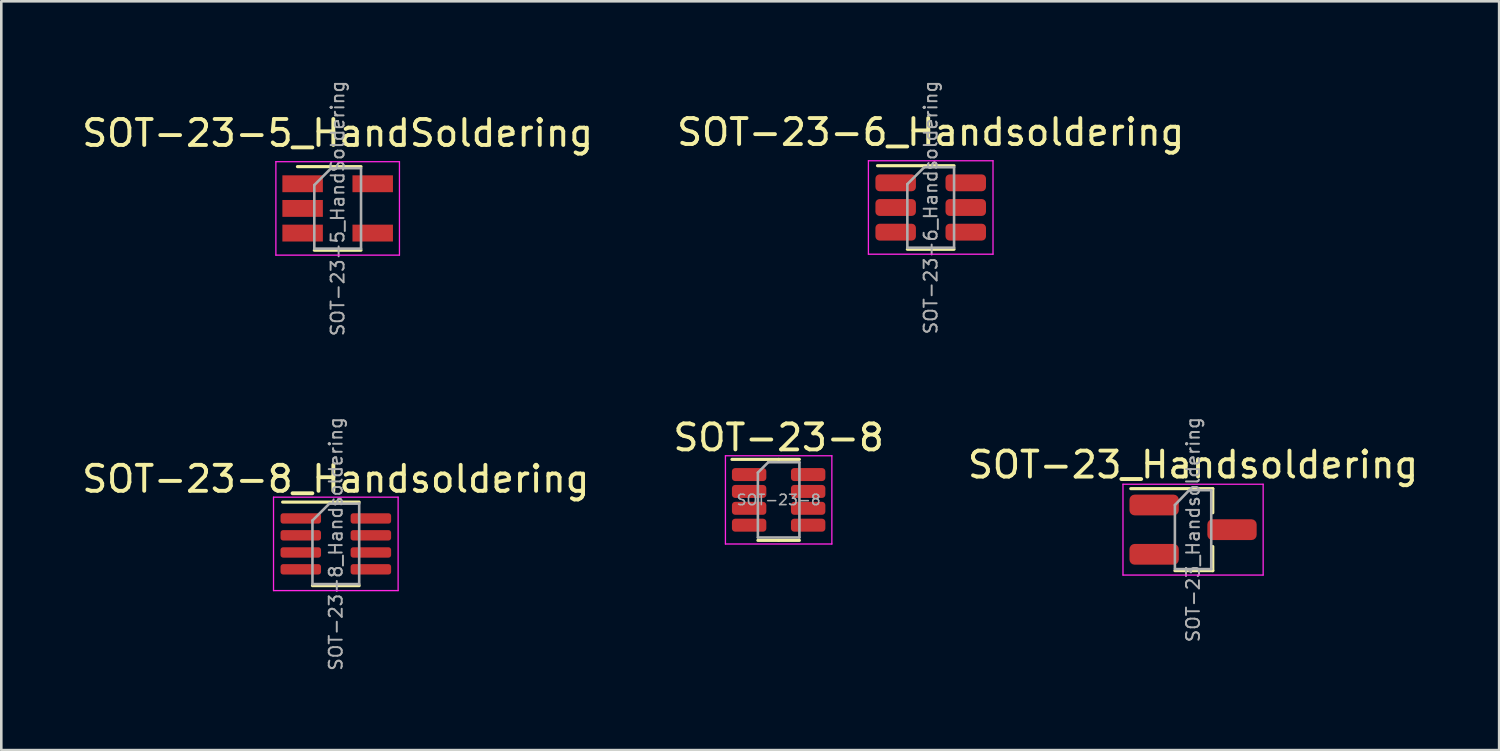
<source format=kicad_pcb>
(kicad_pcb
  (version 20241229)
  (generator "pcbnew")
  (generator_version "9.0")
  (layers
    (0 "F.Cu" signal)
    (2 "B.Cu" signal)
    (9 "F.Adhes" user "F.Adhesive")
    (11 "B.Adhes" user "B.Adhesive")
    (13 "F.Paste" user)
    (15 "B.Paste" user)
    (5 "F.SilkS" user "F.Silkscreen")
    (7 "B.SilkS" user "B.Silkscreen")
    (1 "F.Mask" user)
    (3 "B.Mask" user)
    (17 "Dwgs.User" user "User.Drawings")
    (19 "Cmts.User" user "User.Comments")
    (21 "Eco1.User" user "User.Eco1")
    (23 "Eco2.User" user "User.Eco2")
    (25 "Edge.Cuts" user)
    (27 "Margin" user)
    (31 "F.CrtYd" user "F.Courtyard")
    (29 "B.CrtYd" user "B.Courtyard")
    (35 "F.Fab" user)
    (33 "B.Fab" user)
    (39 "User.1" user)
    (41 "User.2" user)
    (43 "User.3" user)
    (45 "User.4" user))
  (footprint "SOT-23_Handsoldering"
    (layer "F.Cu")
    (at 42.911 17.354)
    (property "Reference" "SOT-23_Handsoldering" (at 0 -2.5 0) (layer "F.SilkS") (effects (font (size 1 1) (thickness 0.15))))
    (attr smd)
    (fp_line (start 0.76 -1.58) (end -2.4 -1.58) (stroke (width 0.12) (type solid)) (layer "F.SilkS"))
    (fp_line (start 0.76 -1.58) (end 0.76 -0.65) (stroke (width 0.12) (type solid)) (layer "F.SilkS"))
    (fp_line (start 0.76 1.58) (end -0.7 1.58) (stroke (width 0.12) (type solid)) (layer "F.SilkS"))
    (fp_line (start 0.76 1.58) (end 0.76 0.65) (stroke (width 0.12) (type solid)) (layer "F.SilkS"))
    (fp_line (start -2.7 -1.75) (end 2.7 -1.75) (stroke (width 0.05) (type solid)) (layer "F.CrtYd"))
    (fp_line (start -2.7 1.75) (end -2.7 -1.75) (stroke (width 0.05) (type solid)) (layer "F.CrtYd"))
    (fp_line (start 2.7 -1.75) (end 2.7 1.75) (stroke (width 0.05) (type solid)) (layer "F.CrtYd"))
    (fp_line (start 2.7 1.75) (end -2.7 1.75) (stroke (width 0.05) (type solid)) (layer "F.CrtYd"))
    (fp_line (start -0.7 -0.95) (end -0.7 1.5) (stroke (width 0.1) (type solid)) (layer "F.Fab"))
    (fp_line (start -0.7 -0.95) (end -0.15 -1.52) (stroke (width 0.1) (type solid)) (layer "F.Fab"))
    (fp_line (start -0.7 1.52) (end 0.7 1.52) (stroke (width 0.1) (type solid)) (layer "F.Fab"))
    (fp_line (start -0.15 -1.52) (end 0.7 -1.52) (stroke (width 0.1) (type solid)) (layer "F.Fab"))
    (fp_line (start 0.7 -1.52) (end 0.7 1.52) (stroke (width 0.1) (type solid)) (layer "F.Fab"))
    (fp_text user "${REFERENCE}" (at 0 0 90) (layer "F.Fab") (effects (font (size 0.5 0.5) (thickness 0.075))))
    (pad "1" smd roundrect (at -1.5 -0.95) (size 1.9 0.8) (layers "F.Cu" "F.Mask" "F.Paste") (roundrect_rratio 0.25))
    (pad "2" smd roundrect (at -1.5 0.95) (size 1.9 0.8) (layers "F.Cu" "F.Mask" "F.Paste") (roundrect_rratio 0.25))
    (pad "3" smd roundrect (at 1.5 0) (size 1.9 0.8) (layers "F.Cu" "F.Mask" "F.Paste") (roundrect_rratio 0.25)))
  (footprint "SOT-23-6_Handsoldering"
    (layer "F.Cu")
    (at 32.804 4.943)
    (property "Reference" "SOT-23-6_Handsoldering" (at 0 -2.9 0) (layer "F.SilkS") (effects (font (size 1 1) (thickness 0.15))))
    (attr smd)
    (fp_line (start -0.9 1.61) (end 0.9 1.61) (stroke (width 0.12) (type solid)) (layer "F.SilkS"))
    (fp_line (start 0.9 -1.61) (end -2.05 -1.61) (stroke (width 0.12) (type solid)) (layer "F.SilkS"))
    (fp_line (start -2.4 -1.8) (end 2.4 -1.8) (stroke (width 0.05) (type solid)) (layer "F.CrtYd"))
    (fp_line (start -2.4 1.8) (end -2.4 -1.8) (stroke (width 0.05) (type solid)) (layer "F.CrtYd"))
    (fp_line (start 2.4 -1.8) (end 2.4 1.8) (stroke (width 0.05) (type solid)) (layer "F.CrtYd"))
    (fp_line (start 2.4 1.8) (end -2.4 1.8) (stroke (width 0.05) (type solid)) (layer "F.CrtYd"))
    (fp_line (start -0.9 -0.9) (end -0.9 1.55) (stroke (width 0.1) (type solid)) (layer "F.Fab"))
    (fp_line (start -0.9 -0.9) (end -0.25 -1.55) (stroke (width 0.1) (type solid)) (layer "F.Fab"))
    (fp_line (start 0.9 -1.55) (end -0.25 -1.55) (stroke (width 0.1) (type solid)) (layer "F.Fab"))
    (fp_line (start 0.9 -1.55) (end 0.9 1.55) (stroke (width 0.1) (type solid)) (layer "F.Fab"))
    (fp_line (start 0.9 1.55) (end -0.9 1.55) (stroke (width 0.1) (type solid)) (layer "F.Fab"))
    (fp_text user "${REFERENCE}" (at 0 0 90) (layer "F.Fab") (effects (font (size 0.5 0.5) (thickness 0.075))))
    (pad "1" smd roundrect (at -1.35 -0.95) (size 1.56 0.65) (layers "F.Cu" "F.Mask" "F.Paste") (roundrect_rratio 0.25))
    (pad "2" smd roundrect (at -1.35 0) (size 1.56 0.65) (layers "F.Cu" "F.Mask" "F.Paste") (roundrect_rratio 0.25))
    (pad "3" smd roundrect (at -1.35 0.95) (size 1.56 0.65) (layers "F.Cu" "F.Mask" "F.Paste") (roundrect_rratio 0.25))
    (pad "4" smd roundrect (at 1.35 0.95) (size 1.56 0.65) (layers "F.Cu" "F.Mask" "F.Paste") (roundrect_rratio 0.25))
    (pad "5" smd roundrect (at 1.35 0) (size 1.56 0.65) (layers "F.Cu" "F.Mask" "F.Paste") (roundrect_rratio 0.25))
    (pad "6" smd roundrect (at 1.35 -0.95) (size 1.56 0.65) (layers "F.Cu" "F.Mask" "F.Paste") (roundrect_rratio 0.25)))
  (footprint "SOT-23-8_Handsoldering"
    (layer "F.Cu")
    (at 9.887 17.902)
    (property "Reference" "SOT-23-8_Handsoldering" (at 0 -2.5 0) (layer "F.SilkS") (effects (font (size 1 1) (thickness 0.15))))
    (attr smd)
    (fp_line (start -0.9 1.61) (end 0.9 1.61) (stroke (width 0.12) (type solid)) (layer "F.SilkS"))
    (fp_line (start 0.9 -1.61) (end -2.05 -1.61) (stroke (width 0.12) (type solid)) (layer "F.SilkS"))
    (fp_line (start -2.4 -1.8) (end 2.4 -1.8) (stroke (width 0.05) (type solid)) (layer "F.CrtYd"))
    (fp_line (start -2.4 1.8) (end -2.4 -1.8) (stroke (width 0.05) (type solid)) (layer "F.CrtYd"))
    (fp_line (start 2.4 -1.8) (end 2.4 1.8) (stroke (width 0.05) (type solid)) (layer "F.CrtYd"))
    (fp_line (start 2.4 1.8) (end -2.4 1.8) (stroke (width 0.05) (type solid)) (layer "F.CrtYd"))
    (fp_line (start -0.9 -0.9) (end -0.9 1.55) (stroke (width 0.1) (type solid)) (layer "F.Fab"))
    (fp_line (start -0.9 -0.9) (end -0.25 -1.55) (stroke (width 0.1) (type solid)) (layer "F.Fab"))
    (fp_line (start 0.9 -1.55) (end -0.25 -1.55) (stroke (width 0.1) (type solid)) (layer "F.Fab"))
    (fp_line (start 0.9 -1.55) (end 0.9 1.55) (stroke (width 0.1) (type solid)) (layer "F.Fab"))
    (fp_line (start 0.9 1.55) (end -0.9 1.55) (stroke (width 0.1) (type solid)) (layer "F.Fab"))
    (fp_text user "${REFERENCE}" (at 0 0 90) (layer "F.Fab") (effects (font (size 0.5 0.5) (thickness 0.075))))
    (pad "1" smd roundrect (at -1.35 -0.98) (size 1.56 0.4) (layers "F.Cu" "F.Mask" "F.Paste") (roundrect_rratio 0.25))
    (pad "2" smd roundrect (at -1.35 -0.33) (size 1.56 0.4) (layers "F.Cu" "F.Mask" "F.Paste") (roundrect_rratio 0.25))
    (pad "3" smd roundrect (at -1.35 0.33) (size 1.56 0.4) (layers "F.Cu" "F.Mask" "F.Paste") (roundrect_rratio 0.25))
    (pad "4" smd roundrect (at -1.35 0.98) (size 1.56 0.4) (layers "F.Cu" "F.Mask" "F.Paste") (roundrect_rratio 0.25))
    (pad "5" smd roundrect (at 1.35 0.98) (size 1.56 0.4) (layers "F.Cu" "F.Mask" "F.Paste") (roundrect_rratio 0.25))
    (pad "6" smd roundrect (at 1.35 0.33) (size 1.56 0.4) (layers "F.Cu" "F.Mask" "F.Paste") (roundrect_rratio 0.25))
    (pad "7" smd roundrect (at 1.35 -0.33) (size 1.56 0.4) (layers "F.Cu" "F.Mask" "F.Paste") (roundrect_rratio 0.25))
    (pad "8" smd roundrect (at 1.35 -0.98) (size 1.56 0.4) (layers "F.Cu" "F.Mask" "F.Paste") (roundrect_rratio 0.25)))
  (footprint "SOT-23-8"
    (layer "F.Cu")
    (at 26.946 16.207)
    (property "Reference" "SOT-23-8" (at 0 -2.4 0) (layer "F.SilkS") (effects (font (size 1 1) (thickness 0.15))))
    (attr smd)
    (fp_line (start 0 -1.56) (end -1.8 -1.56) (stroke (width 0.12) (type solid)) (layer "F.SilkS"))
    (fp_line (start 0 -1.56) (end 0.8 -1.56) (stroke (width 0.12) (type solid)) (layer "F.SilkS"))
    (fp_line (start 0 1.56) (end -0.8 1.56) (stroke (width 0.12) (type solid)) (layer "F.SilkS"))
    (fp_line (start 0 1.56) (end 0.8 1.56) (stroke (width 0.12) (type solid)) (layer "F.SilkS"))
    (fp_line (start -2.05 -1.7) (end -2.05 1.7) (stroke (width 0.05) (type solid)) (layer "F.CrtYd"))
    (fp_line (start -2.05 1.7) (end 2.05 1.7) (stroke (width 0.05) (type solid)) (layer "F.CrtYd"))
    (fp_line (start 2.05 -1.7) (end -2.05 -1.7) (stroke (width 0.05) (type solid)) (layer "F.CrtYd"))
    (fp_line (start 2.05 1.7) (end 2.05 -1.7) (stroke (width 0.05) (type solid)) (layer "F.CrtYd"))
    (fp_line (start -0.8 -1.05) (end -0.4 -1.45) (stroke (width 0.1) (type solid)) (layer "F.Fab"))
    (fp_line (start -0.8 1.45) (end -0.8 -1.05) (stroke (width 0.1) (type solid)) (layer "F.Fab"))
    (fp_line (start -0.4 -1.45) (end 0.8 -1.45) (stroke (width 0.1) (type solid)) (layer "F.Fab"))
    (fp_line (start 0.8 -1.45) (end 0.8 1.45) (stroke (width 0.1) (type solid)) (layer "F.Fab"))
    (fp_line (start 0.8 1.45) (end -0.8 1.45) (stroke (width 0.1) (type solid)) (layer "F.Fab"))
    (fp_text user "${REFERENCE}" (at 0 0 0) (layer "F.Fab") (effects (font (size 0.4 0.4) (thickness 0.06))))
    (pad "1" smd roundrect (at -1.137 -0.975) (size 1.325 0.5) (layers "F.Cu" "F.Mask" "F.Paste") (roundrect_rratio 0.25))
    (pad "2" smd roundrect (at -1.137 -0.325) (size 1.325 0.5) (layers "F.Cu" "F.Mask" "F.Paste") (roundrect_rratio 0.25))
    (pad "3" smd roundrect (at -1.137 0.325) (size 1.325 0.5) (layers "F.Cu" "F.Mask" "F.Paste") (roundrect_rratio 0.25))
    (pad "4" smd roundrect (at -1.137 0.975) (size 1.325 0.5) (layers "F.Cu" "F.Mask" "F.Paste") (roundrect_rratio 0.25))
    (pad "5" smd roundrect (at 1.137 0.975) (size 1.325 0.5) (layers "F.Cu" "F.Mask" "F.Paste") (roundrect_rratio 0.25))
    (pad "6" smd roundrect (at 1.137 0.325) (size 1.325 0.5) (layers "F.Cu" "F.Mask" "F.Paste") (roundrect_rratio 0.25))
    (pad "7" smd roundrect (at 1.137 -0.325) (size 1.325 0.5) (layers "F.Cu" "F.Mask" "F.Paste") (roundrect_rratio 0.25))
    (pad "8" smd roundrect (at 1.137 -0.975) (size 1.325 0.5) (layers "F.Cu" "F.Mask" "F.Paste") (roundrect_rratio 0.25)))
  (footprint "SOT-23-5_HandSoldering"
    (layer "F.Cu")
    (at 9.958 4.979)
    (property "Reference" "SOT-23-5_HandSoldering" (at 0 -2.9 0) (layer "F.SilkS") (effects (font (size 1 1) (thickness 0.15))))
    (attr smd)
    (fp_line (start -0.9 1.61) (end 0.9 1.61) (stroke (width 0.12) (type solid)) (layer "F.SilkS"))
    (fp_line (start 0.9 -1.61) (end -1.55 -1.61) (stroke (width 0.12) (type solid)) (layer "F.SilkS"))
    (fp_line (start -2.38 -1.8) (end -2.38 1.8) (stroke (width 0.05) (type solid)) (layer "F.CrtYd"))
    (fp_line (start -2.38 -1.8) (end 2.38 -1.8) (stroke (width 0.05) (type solid)) (layer "F.CrtYd"))
    (fp_line (start 2.38 1.8) (end -2.38 1.8) (stroke (width 0.05) (type solid)) (layer "F.CrtYd"))
    (fp_line (start 2.38 1.8) (end 2.38 -1.8) (stroke (width 0.05) (type solid)) (layer "F.CrtYd"))
    (fp_line (start -0.9 -0.9) (end -0.9 1.55) (stroke (width 0.1) (type solid)) (layer "F.Fab"))
    (fp_line (start -0.9 -0.9) (end -0.25 -1.55) (stroke (width 0.1) (type solid)) (layer "F.Fab"))
    (fp_line (start 0.9 -1.55) (end -0.25 -1.55) (stroke (width 0.1) (type solid)) (layer "F.Fab"))
    (fp_line (start 0.9 -1.55) (end 0.9 1.55) (stroke (width 0.1) (type solid)) (layer "F.Fab"))
    (fp_line (start 0.9 1.55) (end -0.9 1.55) (stroke (width 0.1) (type solid)) (layer "F.Fab"))
    (fp_text user "${REFERENCE}" (at 0 0 90) (layer "F.Fab") (effects (font (size 0.5 0.5) (thickness 0.075))))
    (pad "1" smd rect (at -1.35 -0.95) (size 1.56 0.65) (layers "F.Cu" "F.Mask" "F.Paste"))
    (pad "2" smd rect (at -1.35 0) (size 1.56 0.65) (layers "F.Cu" "F.Mask" "F.Paste"))
    (pad "3" smd rect (at -1.35 0.95) (size 1.56 0.65) (layers "F.Cu" "F.Mask" "F.Paste"))
    (pad "4" smd rect (at 1.35 0.95) (size 1.56 0.65) (layers "F.Cu" "F.Mask" "F.Paste"))
    (pad "5" smd rect (at 1.35 -0.95) (size 1.56 0.65) (layers "F.Cu" "F.Mask" "F.Paste")))
  (gr_rect
    (start -3 -3)
    (end 54.702 25.845)
    (stroke (width 0.1) (type default))
    (fill no)
    (layer "Edge.Cuts")))
</source>
